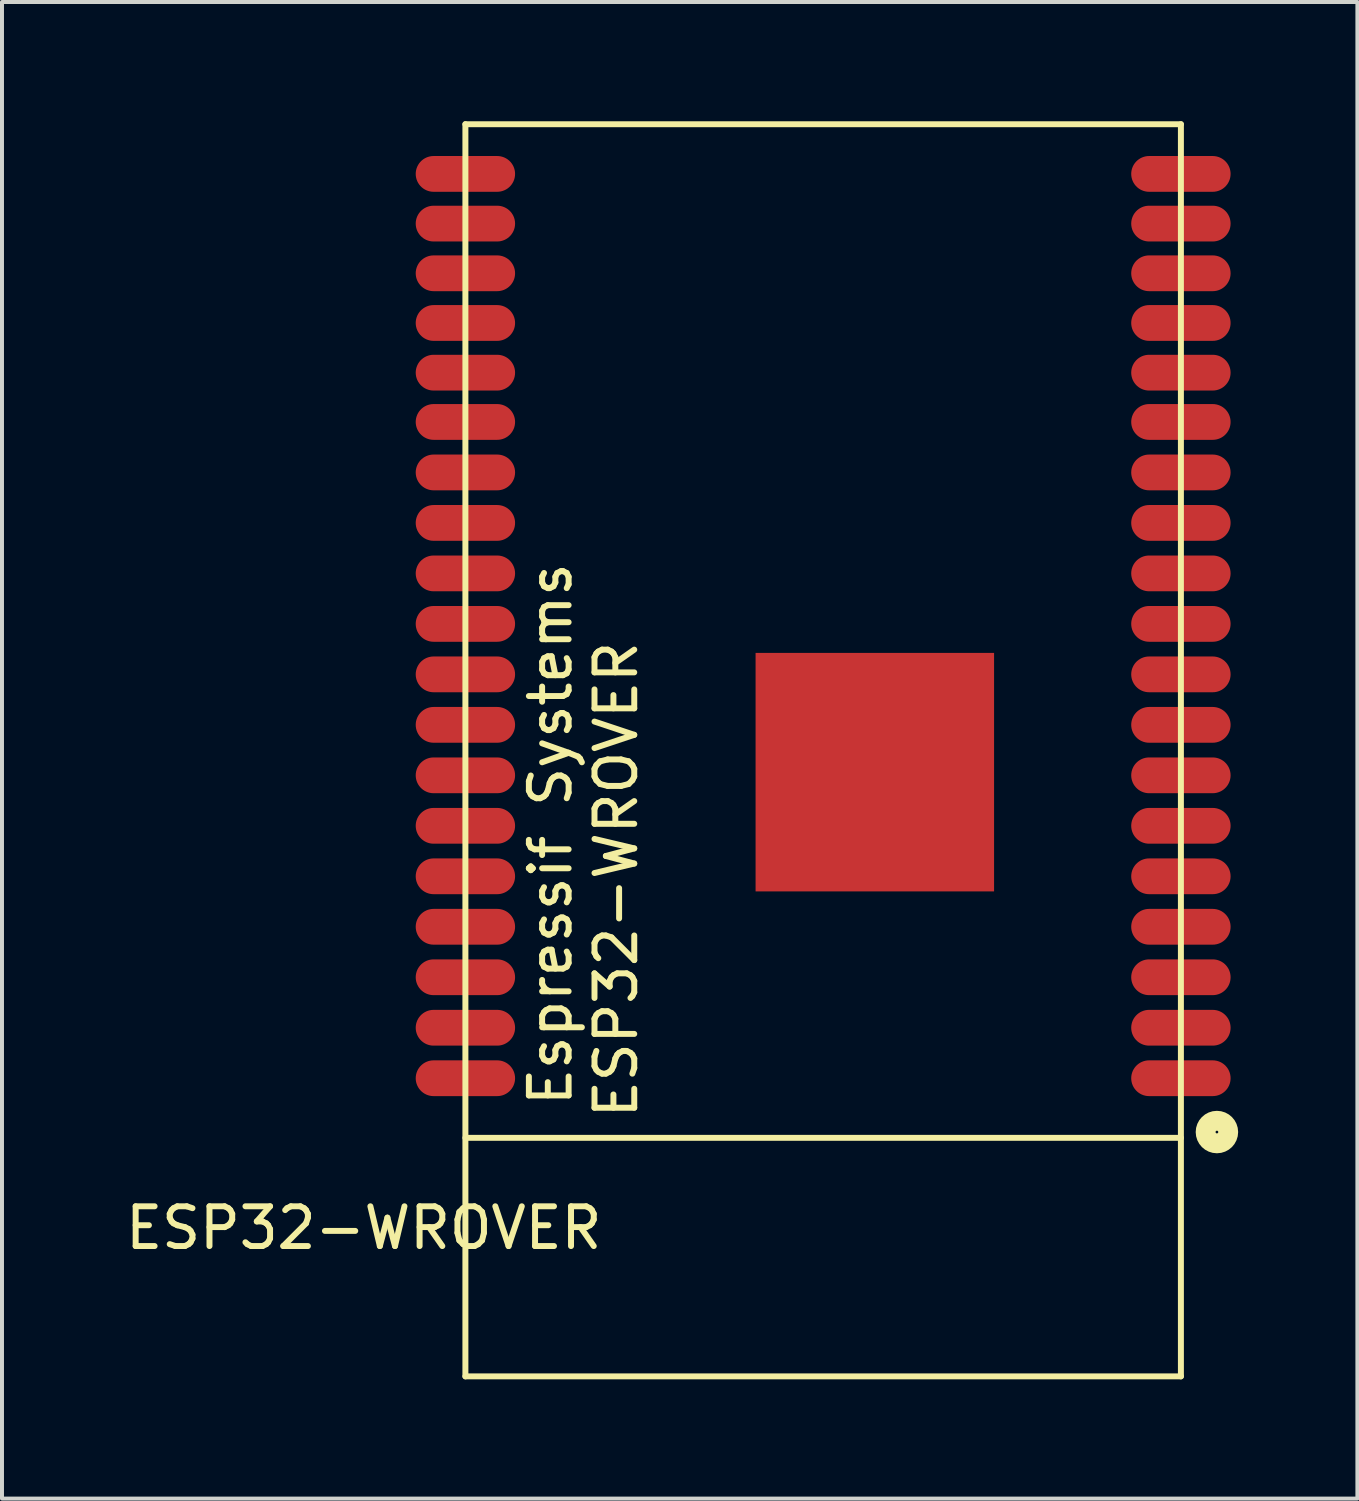
<source format=kicad_pcb>
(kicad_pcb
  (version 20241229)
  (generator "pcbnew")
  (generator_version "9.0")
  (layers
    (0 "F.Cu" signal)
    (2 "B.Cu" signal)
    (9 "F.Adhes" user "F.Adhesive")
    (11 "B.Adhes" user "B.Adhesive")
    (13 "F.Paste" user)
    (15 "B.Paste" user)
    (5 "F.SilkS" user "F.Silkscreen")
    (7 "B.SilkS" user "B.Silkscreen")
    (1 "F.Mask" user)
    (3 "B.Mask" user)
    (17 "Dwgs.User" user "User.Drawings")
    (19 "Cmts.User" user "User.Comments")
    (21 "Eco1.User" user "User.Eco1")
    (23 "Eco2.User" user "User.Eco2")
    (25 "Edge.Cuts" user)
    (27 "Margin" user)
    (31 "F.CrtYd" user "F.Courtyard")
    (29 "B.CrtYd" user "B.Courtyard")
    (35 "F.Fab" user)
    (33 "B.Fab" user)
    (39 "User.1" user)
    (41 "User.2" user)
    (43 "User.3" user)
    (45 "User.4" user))
  (footprint "ESP32-WROVER"
    (layer "F.Cu")
    (at 17.908 18.825)
    (property "Reference" "ESP32-WROVER" (at -11.807 9.017 0) (layer "F.SilkS") (effects (font (size 1 1) (thickness 0.15))))
    (attr through_hole)
    (fp_line (start -9.25 -18.75) (end 8.75 -18.75) (stroke (width 0.15) (type solid)) (layer "F.SilkS"))
    (fp_line (start -9.25 6.75) (end 8.75 6.75) (stroke (width 0.15) (type solid)) (layer "F.SilkS"))
    (fp_line (start -9.25 12.75) (end -9.25 -18.75) (stroke (width 0.15) (type solid)) (layer "F.SilkS"))
    (fp_line (start -9.25 12.75) (end 8.75 12.75) (stroke (width 0.15) (type solid)) (layer "F.SilkS"))
    (fp_line (start 8.75 12.75) (end 8.75 -18.75) (stroke (width 0.15) (type solid)) (layer "F.SilkS"))
    (fp_circle (center 9.656 6.604) (end 9.783 6.858) (stroke (width 0.5) (type solid)) (fill no) (layer "F.SilkS"))
    (fp_text user "Espressif Systems" (at -7.108 -0.889 90) (layer "F.SilkS") (effects (font (size 1 1) (thickness 0.15))))
    (fp_text user "ESP32-WROVER" (at -5.457 0.254 90) (layer "F.SilkS") (effects (font (size 1 1) (thickness 0.15))))
    (pad "1" smd oval (at 8.75 5.25) (size 2.5 0.9) (layers "F.Cu" "F.Mask" "F.Paste"))
    (pad "2" smd oval (at 8.75 3.98) (size 2.5 0.9) (layers "F.Cu" "F.Mask" "F.Paste"))
    (pad "3" smd oval (at 8.75 2.71) (size 2.5 0.9) (layers "F.Cu" "F.Mask" "F.Paste"))
    (pad "4" smd oval (at 8.75 1.44) (size 2.5 0.9) (layers "F.Cu" "F.Mask" "F.Paste"))
    (pad "5" smd oval (at 8.75 0.17) (size 2.5 0.9) (layers "F.Cu" "F.Mask" "F.Paste"))
    (pad "6" smd oval (at 8.75 -1.1) (size 2.5 0.9) (layers "F.Cu" "F.Mask" "F.Paste"))
    (pad "7" smd oval (at 8.75 -2.37) (size 2.5 0.9) (layers "F.Cu" "F.Mask" "F.Paste"))
    (pad "8" smd oval (at 8.75 -3.64) (size 2.5 0.9) (layers "F.Cu" "F.Mask" "F.Paste"))
    (pad "9" smd oval (at 8.75 -4.91) (size 2.5 0.9) (layers "F.Cu" "F.Mask" "F.Paste"))
    (pad "10" smd oval (at 8.75 -6.18) (size 2.5 0.9) (layers "F.Cu" "F.Mask" "F.Paste"))
    (pad "11" smd oval (at 8.75 -7.45) (size 2.5 0.9) (layers "F.Cu" "F.Mask" "F.Paste"))
    (pad "12" smd oval (at 8.75 -8.72) (size 2.5 0.9) (layers "F.Cu" "F.Mask" "F.Paste"))
    (pad "13" smd oval (at 8.75 -9.99) (size 2.5 0.9) (layers "F.Cu" "F.Mask" "F.Paste"))
    (pad "14" smd oval (at 8.75 -11.26) (size 2.5 0.9) (layers "F.Cu" "F.Mask" "F.Paste"))
    (pad "15" smd oval (at 8.75 -12.5 90) (size 0.9 2.5) (layers "F.Cu" "F.Mask" "F.Paste"))
    (pad "16" smd oval (at 8.75 -13.75 90) (size 0.9 2.5) (layers "F.Cu" "F.Mask" "F.Paste"))
    (pad "17" smd oval (at 8.75 -15 90) (size 0.9 2.5) (layers "F.Cu" "F.Mask" "F.Paste"))
    (pad "18" smd oval (at 8.75 -16.25 90) (size 0.9 2.5) (layers "F.Cu" "F.Mask" "F.Paste"))
    (pad "19" smd oval (at 8.75 -17.5 90) (size 0.9 2.5) (layers "F.Cu" "F.Mask" "F.Paste"))
    (pad "20" smd oval (at -9.25 -17.5 90) (size 0.9 2.5) (layers "F.Cu" "F.Mask" "F.Paste"))
    (pad "21" smd oval (at -9.25 -16.25 90) (size 0.9 2.5) (layers "F.Cu" "F.Mask" "F.Paste"))
    (pad "22" smd oval (at -9.25 -15 90) (size 0.9 2.5) (layers "F.Cu" "F.Mask" "F.Paste"))
    (pad "23" smd oval (at -9.25 -13.75 90) (size 0.9 2.5) (layers "F.Cu" "F.Mask" "F.Paste"))
    (pad "24" smd oval (at -9.25 -12.5 90) (size 0.9 2.5) (layers "F.Cu" "F.Mask" "F.Paste"))
    (pad "25" smd oval (at -9.25 -11.26) (size 2.5 0.9) (layers "F.Cu" "F.Mask" "F.Paste"))
    (pad "26" smd oval (at -9.25 -9.99) (size 2.5 0.9) (layers "F.Cu" "F.Mask" "F.Paste"))
    (pad "27" smd oval (at -9.25 -8.72) (size 2.5 0.9) (layers "F.Cu" "F.Mask" "F.Paste"))
    (pad "28" smd oval (at -9.25 -7.45) (size 2.5 0.9) (layers "F.Cu" "F.Mask" "F.Paste"))
    (pad "29" smd oval (at -9.25 -6.18) (size 2.5 0.9) (layers "F.Cu" "F.Mask" "F.Paste"))
    (pad "30" smd oval (at -9.25 -4.91) (size 2.5 0.9) (layers "F.Cu" "F.Mask" "F.Paste"))
    (pad "31" smd oval (at -9.25 -3.64) (size 2.5 0.9) (layers "F.Cu" "F.Mask" "F.Paste"))
    (pad "32" smd oval (at -9.25 -2.37) (size 2.5 0.9) (layers "F.Cu" "F.Mask" "F.Paste"))
    (pad "33" smd oval (at -9.25 -1.1) (size 2.5 0.9) (layers "F.Cu" "F.Mask" "F.Paste"))
    (pad "34" smd oval (at -9.25 0.17) (size 2.5 0.9) (layers "F.Cu" "F.Mask" "F.Paste"))
    (pad "35" smd oval (at -9.25 1.44) (size 2.5 0.9) (layers "F.Cu" "F.Mask" "F.Paste"))
    (pad "36" smd oval (at -9.25 2.71) (size 2.5 0.9) (layers "F.Cu" "F.Mask" "F.Paste"))
    (pad "37" smd oval (at -9.25 3.98) (size 2.5 0.9) (layers "F.Cu" "F.Mask" "F.Paste"))
    (pad "38" smd oval (at -9.25 5.25) (size 2.5 0.9) (layers "F.Cu" "F.Mask" "F.Paste"))
    (pad "39" smd rect (at 1.05 -2.45) (size 6 6) (layers "F.Cu" "F.Mask" "F.Paste")))
  (gr_rect
    (start -3 -3)
    (end 31.098 34.65)
    (stroke (width 0.1) (type default))
    (fill no)
    (layer "Edge.Cuts")))
</source>
